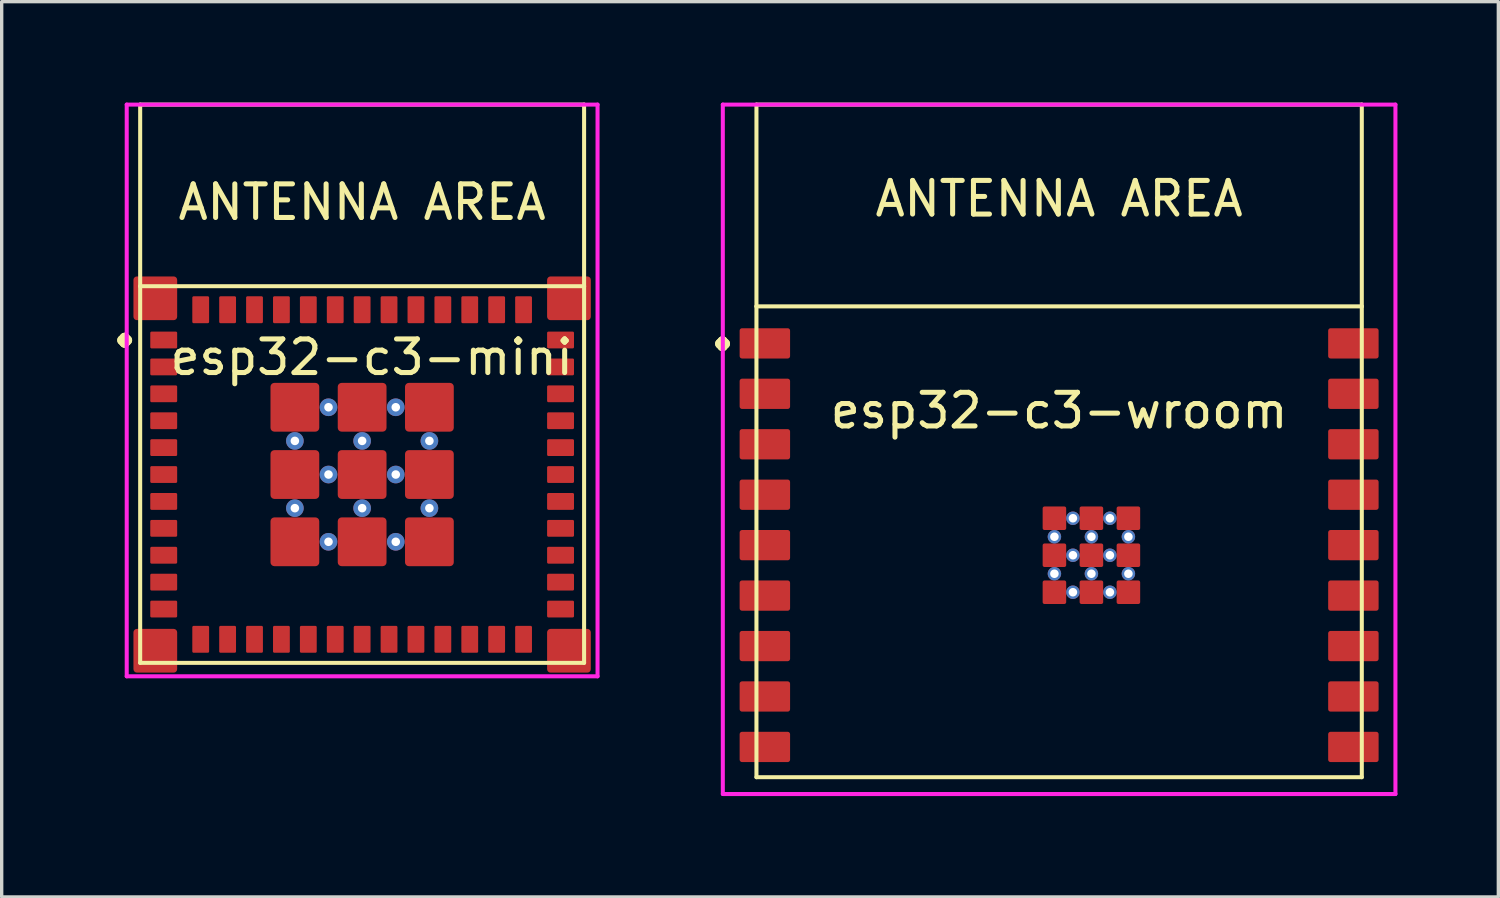
<source format=kicad_pcb>
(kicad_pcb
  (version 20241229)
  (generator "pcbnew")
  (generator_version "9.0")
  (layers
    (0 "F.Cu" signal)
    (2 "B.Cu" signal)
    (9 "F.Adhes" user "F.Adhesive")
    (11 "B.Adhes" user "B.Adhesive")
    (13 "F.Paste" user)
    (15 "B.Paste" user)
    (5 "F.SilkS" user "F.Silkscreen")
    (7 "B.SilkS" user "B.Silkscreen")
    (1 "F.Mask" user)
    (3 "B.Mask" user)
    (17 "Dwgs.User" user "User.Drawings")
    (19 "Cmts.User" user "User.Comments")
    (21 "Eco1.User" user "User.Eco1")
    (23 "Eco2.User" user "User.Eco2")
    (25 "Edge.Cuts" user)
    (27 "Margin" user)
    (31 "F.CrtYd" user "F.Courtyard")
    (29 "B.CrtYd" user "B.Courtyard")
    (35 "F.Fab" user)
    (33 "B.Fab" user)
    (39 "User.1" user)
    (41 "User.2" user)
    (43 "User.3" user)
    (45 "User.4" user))
  (footprint "esp32-c3-wroom"
    (layer "F.Cu")
    (at 28.443 13.16)
    (property "Reference" "esp32-c3-wroom" (at 0 -4 0) (layer "F.SilkS") (effects (font (size 1 1) (thickness 0.15))))
    (attr through_hole)
    (fp_line (start -9 -13.1) (end -9 -7.1) (stroke (width 0.12) (type solid)) (layer "F.SilkS"))
    (fp_line (start -9 -7.1) (end -9 6.9) (stroke (width 0.12) (type solid)) (layer "F.SilkS"))
    (fp_line (start -9 -7.1) (end 9 -7.1) (stroke (width 0.12) (type solid)) (layer "F.SilkS"))
    (fp_line (start -9 6.9) (end 9 6.9) (stroke (width 0.12) (type solid)) (layer "F.SilkS"))
    (fp_line (start 9 -13.1) (end -9 -13.1) (stroke (width 0.12) (type solid)) (layer "F.SilkS"))
    (fp_line (start 9 -7.1) (end 9 -13.1) (stroke (width 0.12) (type solid)) (layer "F.SilkS"))
    (fp_line (start 9 6.9) (end 9 -7.1) (stroke (width 0.12) (type solid)) (layer "F.SilkS"))
    (fp_line (start -10 -13.1) (end 10 -13.1) (stroke (width 0.12) (type solid)) (layer "F.CrtYd"))
    (fp_line (start -10 7.4) (end -10 -13.1) (stroke (width 0.12) (type solid)) (layer "F.CrtYd"))
    (fp_line (start 10 -13.1) (end 10 7.4) (stroke (width 0.12) (type solid)) (layer "F.CrtYd"))
    (fp_line (start 10 7.4) (end -10 7.4) (stroke (width 0.12) (type solid)) (layer "F.CrtYd"))
    (fp_text user "ANTENNA AREA" (at 0 -10.3 0) (layer "F.SilkS") (effects (font (size 1 1) (thickness 0.15))))
    (fp_text user "." (at -10.008 -6.596 0) (layer "F.SilkS") (effects (font (size 1.5 1.5) (thickness 0.3))))
    (pad "1" smd roundrect (at -8.75 -6) (size 1.5 0.9) (layers "F.Cu" "F.Mask" "F.Paste") (roundrect_rratio 0.079))
    (pad "2" smd roundrect (at -8.75 -4.5) (size 1.5 0.9) (layers "F.Cu" "F.Mask" "F.Paste") (roundrect_rratio 0.079))
    (pad "3" smd roundrect (at -8.75 -3) (size 1.5 0.9) (layers "F.Cu" "F.Mask" "F.Paste") (roundrect_rratio 0.079))
    (pad "4" smd roundrect (at -8.75 -1.5) (size 1.5 0.9) (layers "F.Cu" "F.Mask" "F.Paste") (roundrect_rratio 0.079))
    (pad "5" smd roundrect (at -8.75 0) (size 1.5 0.9) (layers "F.Cu" "F.Mask" "F.Paste") (roundrect_rratio 0.079))
    (pad "6" smd roundrect (at -8.75 1.5) (size 1.5 0.9) (layers "F.Cu" "F.Mask" "F.Paste") (roundrect_rratio 0.079))
    (pad "7" smd roundrect (at -8.75 3) (size 1.5 0.9) (layers "F.Cu" "F.Mask" "F.Paste") (roundrect_rratio 0.079))
    (pad "8" smd roundrect (at -8.75 4.5) (size 1.5 0.9) (layers "F.Cu" "F.Mask" "F.Paste") (roundrect_rratio 0.079))
    (pad "9" smd roundrect (at -8.75 6) (size 1.5 0.9) (layers "F.Cu" "F.Mask" "F.Paste") (roundrect_rratio 0.079))
    (pad "9" smd roundrect (at -0.14 -0.8) (size 0.7 0.7) (layers "F.Cu" "F.Mask" "F.Paste") (roundrect_rratio 0.079))
    (pad "9" thru_hole circle (at -0.14 -0.25) (size 0.4 0.4) (drill 0.254) (layers "*.Cu" "*.Mask"))
    (pad "9" smd roundrect (at -0.14 0.3) (size 0.7 0.7) (layers "F.Cu" "F.Mask" "F.Paste") (roundrect_rratio 0.079))
    (pad "9" thru_hole circle (at -0.14 0.85) (size 0.4 0.4) (drill 0.254) (layers "*.Cu" "*.Mask"))
    (pad "9" smd roundrect (at -0.14 1.4) (size 0.7 0.7) (layers "F.Cu" "F.Mask" "F.Paste") (roundrect_rratio 0.079))
    (pad "9" thru_hole circle (at 0.41 -0.8) (size 0.4 0.4) (drill 0.254) (layers "*.Cu" "*.Mask"))
    (pad "9" thru_hole circle (at 0.41 0.3) (size 0.4 0.4) (drill 0.254) (layers "*.Cu" "*.Mask"))
    (pad "9" thru_hole circle (at 0.41 1.4) (size 0.4 0.4) (drill 0.254) (layers "*.Cu" "*.Mask"))
    (pad "9" smd roundrect (at 0.96 -0.8) (size 0.7 0.7) (layers "F.Cu" "F.Mask" "F.Paste") (roundrect_rratio 0.079))
    (pad "9" thru_hole circle (at 0.96 -0.25) (size 0.4 0.4) (drill 0.254) (layers "*.Cu" "*.Mask"))
    (pad "9" smd roundrect (at 0.96 0.3) (size 0.7 0.7) (layers "F.Cu" "F.Mask" "F.Paste") (roundrect_rratio 0.079))
    (pad "9" thru_hole circle (at 0.96 0.85) (size 0.4 0.4) (drill 0.254) (layers "*.Cu" "*.Mask"))
    (pad "9" smd roundrect (at 0.96 1.4) (size 0.7 0.7) (layers "F.Cu" "F.Mask" "F.Paste") (roundrect_rratio 0.079))
    (pad "9" thru_hole circle (at 1.51 -0.8) (size 0.4 0.4) (drill 0.254) (layers "*.Cu" "*.Mask"))
    (pad "9" thru_hole circle (at 1.51 0.3) (size 0.4 0.4) (drill 0.254) (layers "*.Cu" "*.Mask"))
    (pad "9" thru_hole circle (at 1.51 1.4) (size 0.4 0.4) (drill 0.254) (layers "*.Cu" "*.Mask"))
    (pad "9" smd roundrect (at 2.06 -0.8) (size 0.7 0.7) (layers "F.Cu" "F.Mask" "F.Paste") (roundrect_rratio 0.079))
    (pad "9" thru_hole circle (at 2.06 -0.25) (size 0.4 0.4) (drill 0.254) (layers "*.Cu" "*.Mask"))
    (pad "9" smd roundrect (at 2.06 0.3) (size 0.7 0.7) (layers "F.Cu" "F.Mask" "F.Paste") (roundrect_rratio 0.079))
    (pad "9" thru_hole circle (at 2.06 0.85) (size 0.4 0.4) (drill 0.254) (layers "*.Cu" "*.Mask"))
    (pad "9" smd roundrect (at 2.06 1.4) (size 0.7 0.7) (layers "F.Cu" "F.Mask" "F.Paste") (roundrect_rratio 0.079))
    (pad "10" smd roundrect (at 8.75 6) (size 1.5 0.9) (layers "F.Cu" "F.Mask" "F.Paste") (roundrect_rratio 0.079))
    (pad "11" smd roundrect (at 8.75 4.5) (size 1.5 0.9) (layers "F.Cu" "F.Mask" "F.Paste") (roundrect_rratio 0.079))
    (pad "12" smd roundrect (at 8.75 3) (size 1.5 0.9) (layers "F.Cu" "F.Mask" "F.Paste") (roundrect_rratio 0.079))
    (pad "13" smd roundrect (at 8.75 1.5) (size 1.5 0.9) (layers "F.Cu" "F.Mask" "F.Paste") (roundrect_rratio 0.079))
    (pad "14" smd roundrect (at 8.75 0) (size 1.5 0.9) (layers "F.Cu" "F.Mask" "F.Paste") (roundrect_rratio 0.079))
    (pad "15" smd roundrect (at 8.75 -1.5) (size 1.5 0.9) (layers "F.Cu" "F.Mask" "F.Paste") (roundrect_rratio 0.079))
    (pad "16" smd roundrect (at 8.75 -3) (size 1.5 0.9) (layers "F.Cu" "F.Mask" "F.Paste") (roundrect_rratio 0.079))
    (pad "17" smd roundrect (at 8.75 -4.5) (size 1.5 0.9) (layers "F.Cu" "F.Mask" "F.Paste") (roundrect_rratio 0.079))
    (pad "18" smd roundrect (at 8.75 -6) (size 1.5 0.9) (layers "F.Cu" "F.Mask" "F.Paste") (roundrect_rratio 0.079)))
  (footprint "esp32-c3-mini"
    (layer "F.Cu")
    (at 7.718 11.06)
    (property "Reference" "esp32-c3-mini" (at 0.284 -3.487 0) (layer "F.SilkS") (effects (font (size 1 1) (thickness 0.15))))
    (attr through_hole)
    (fp_line (start -6.6 -11) (end -6.6 -5.6) (stroke (width 0.12) (type solid)) (layer "F.SilkS"))
    (fp_line (start -6.6 -5.6) (end -6.6 5.6) (stroke (width 0.12) (type solid)) (layer "F.SilkS"))
    (fp_line (start -6.6 -5.6) (end 6.6 -5.6) (stroke (width 0.12) (type solid)) (layer "F.SilkS"))
    (fp_line (start -6.6 5.6) (end 6.6 5.6) (stroke (width 0.12) (type solid)) (layer "F.SilkS"))
    (fp_line (start 6.6 -11) (end -6.6 -11) (stroke (width 0.12) (type solid)) (layer "F.SilkS"))
    (fp_line (start 6.6 -5.6) (end 6.6 -11) (stroke (width 0.12) (type solid)) (layer "F.SilkS"))
    (fp_line (start 6.6 5.6) (end 6.6 -5.6) (stroke (width 0.12) (type solid)) (layer "F.SilkS"))
    (fp_line (start -7 -11) (end 7 -11) (stroke (width 0.12) (type solid)) (layer "F.CrtYd"))
    (fp_line (start -7 6) (end -7 -11) (stroke (width 0.12) (type solid)) (layer "F.CrtYd"))
    (fp_line (start 7 -11) (end 7 6) (stroke (width 0.12) (type solid)) (layer "F.CrtYd"))
    (fp_line (start 7 6) (end -7 6) (stroke (width 0.12) (type solid)) (layer "F.CrtYd"))
    (fp_text user "." (at -7.061 -4.6 0) (layer "F.SilkS") (effects (font (size 1.5 1.5) (thickness 0.3))))
    (fp_text user "ANTENNA AREA" (at 0 -8.098 0) (layer "F.SilkS") (effects (font (size 1 1) (thickness 0.15))))
    (pad "" smd roundrect (at -5.9 -1.6) (size 0.8 0.5) (layers "F.Cu" "F.Mask" "F.Paste") (roundrect_rratio 0.079))
    (pad "" smd roundrect (at -5.9 0.8) (size 0.8 0.5) (layers "F.Cu" "F.Mask" "F.Paste") (roundrect_rratio 0.079))
    (pad "" smd roundrect (at -5.9 2.4) (size 0.8 0.5) (layers "F.Cu" "F.Mask" "F.Paste") (roundrect_rratio 0.079))
    (pad "" smd roundrect (at -5.9 3.2) (size 0.8 0.5) (layers "F.Cu" "F.Mask" "F.Paste") (roundrect_rratio 0.079))
    (pad "" smd roundrect (at -2.4 4.9 90) (size 0.8 0.5) (layers "F.Cu" "F.Mask" "F.Paste") (roundrect_rratio 0.079))
    (pad "" smd roundrect (at -0.8 4.9 90) (size 0.8 0.5) (layers "F.Cu" "F.Mask" "F.Paste") (roundrect_rratio 0.079))
    (pad "" smd roundrect (at 4.8 4.9 90) (size 0.8 0.5) (layers "F.Cu" "F.Mask" "F.Paste") (roundrect_rratio 0.079))
    (pad "" smd roundrect (at 5.9 -4) (size 0.8 0.5) (layers "F.Cu" "F.Mask" "F.Paste") (roundrect_rratio 0.079))
    (pad "" smd roundrect (at 5.9 -3.2) (size 0.8 0.5) (layers "F.Cu" "F.Mask" "F.Paste") (roundrect_rratio 0.079))
    (pad "" smd roundrect (at 5.9 -2.4) (size 0.8 0.5) (layers "F.Cu" "F.Mask" "F.Paste") (roundrect_rratio 0.079))
    (pad "" smd roundrect (at 5.9 -1.6) (size 0.8 0.5) (layers "F.Cu" "F.Mask" "F.Paste") (roundrect_rratio 0.079))
    (pad "" smd roundrect (at 5.9 0.8) (size 0.8 0.5) (layers "F.Cu" "F.Mask" "F.Paste") (roundrect_rratio 0.079))
    (pad "" smd roundrect (at 5.9 1.6) (size 0.8 0.5) (layers "F.Cu" "F.Mask" "F.Paste") (roundrect_rratio 0.079))
    (pad "" smd roundrect (at 5.9 4) (size 0.8 0.5) (layers "F.Cu" "F.Mask" "F.Paste") (roundrect_rratio 0.079))
    (pad "4" smd roundrect (at -4.8 4.9 90) (size 0.8 0.5) (layers "F.Cu" "F.Mask" "F.Paste") (roundrect_rratio 0.079))
    (pad "5" smd roundrect (at -4 4.9 90) (size 0.8 0.5) (layers "F.Cu" "F.Mask" "F.Paste") (roundrect_rratio 0.079))
    (pad "6" smd roundrect (at -5.9 -0.8) (size 0.8 0.5) (layers "F.Cu" "F.Mask" "F.Paste") (roundrect_rratio 0.079))
    (pad "7" smd roundrect (at -5.9 1.6) (size 0.8 0.5) (layers "F.Cu" "F.Mask" "F.Paste") (roundrect_rratio 0.079))
    (pad "8" smd roundrect (at -5.9 0) (size 0.8 0.5) (layers "F.Cu" "F.Mask" "F.Paste") (roundrect_rratio 0.079))
    (pad "9" smd roundrect (at 0 4.9 90) (size 0.8 0.5) (layers "F.Cu" "F.Mask" "F.Paste") (roundrect_rratio 0.079))
    (pad "10" smd roundrect (at 0.8 4.9 90) (size 0.8 0.5) (layers "F.Cu" "F.Mask" "F.Paste") (roundrect_rratio 0.079))
    (pad "12" smd roundrect (at 1.6 4.9 90) (size 0.8 0.5) (layers "F.Cu" "F.Mask" "F.Paste") (roundrect_rratio 0.079))
    (pad "13" smd roundrect (at 2.4 4.9 90) (size 0.8 0.5) (layers "F.Cu" "F.Mask" "F.Paste") (roundrect_rratio 0.079))
    (pad "14" smd roundrect (at 3.2 4.9 90) (size 0.8 0.5) (layers "F.Cu" "F.Mask" "F.Paste") (roundrect_rratio 0.079))
    (pad "15" smd roundrect (at 4 4.9 90) (size 0.8 0.5) (layers "F.Cu" "F.Mask" "F.Paste") (roundrect_rratio 0.079))
    (pad "16" smd roundrect (at -1.6 4.9 90) (size 0.8 0.5) (layers "F.Cu" "F.Mask" "F.Paste") (roundrect_rratio 0.079))
    (pad "25" smd roundrect (at 5.9 3.2) (size 0.8 0.5) (layers "F.Cu" "F.Mask" "F.Paste") (roundrect_rratio 0.079))
    (pad "26" smd roundrect (at 5.9 2.4) (size 0.8 0.5) (layers "F.Cu" "F.Mask" "F.Paste") (roundrect_rratio 0.079))
    (pad "27" smd roundrect (at 5.9 0) (size 0.8 0.5) (layers "F.Cu" "F.Mask" "F.Paste") (roundrect_rratio 0.079))
    (pad "28" smd roundrect (at 5.9 -0.8) (size 0.8 0.5) (layers "F.Cu" "F.Mask" "F.Paste") (roundrect_rratio 0.079))
    (pad "31" smd roundrect (at -5.9 -2.4) (size 0.8 0.5) (layers "F.Cu" "F.Mask" "F.Paste") (roundrect_rratio 0.079))
    (pad "33" smd roundrect (at -6.15 -5.24) (size 1.3 1.3) (layers "F.Cu" "F.Mask" "F.Paste") (roundrect_rratio 0.079))
    (pad "33" smd roundrect (at -6.15 5.24) (size 1.3 1.3) (layers "F.Cu" "F.Mask" "F.Paste") (roundrect_rratio 0.079))
    (pad "33" smd roundrect (at -5.9 -4) (size 0.8 0.5) (layers "F.Cu" "F.Mask" "F.Paste") (roundrect_rratio 0.079))
    (pad "33" smd roundrect (at -5.9 -3.2) (size 0.8 0.5) (layers "F.Cu" "F.Mask" "F.Paste") (roundrect_rratio 0.079))
    (pad "33" smd roundrect (at -5.9 4) (size 0.8 0.5) (layers "F.Cu" "F.Mask" "F.Paste") (roundrect_rratio 0.079))
    (pad "33" smd roundrect (at -4.8 -4.9 90) (size 0.8 0.5) (layers "F.Cu" "F.Mask" "F.Paste") (roundrect_rratio 0.079))
    (pad "33" smd roundrect (at -4 -4.9 90) (size 0.8 0.5) (layers "F.Cu" "F.Mask" "F.Paste") (roundrect_rratio 0.079))
    (pad "33" smd roundrect (at -3.2 -4.9 90) (size 0.8 0.5) (layers "F.Cu" "F.Mask" "F.Paste") (roundrect_rratio 0.079))
    (pad "33" smd roundrect (at -3.2 4.9 90) (size 0.8 0.5) (layers "F.Cu" "F.Mask" "F.Paste") (roundrect_rratio 0.079))
    (pad "33" smd roundrect (at -2.4 -4.9 90) (size 0.8 0.5) (layers "F.Cu" "F.Mask" "F.Paste") (roundrect_rratio 0.079))
    (pad "33" smd roundrect (at -2 -2 180) (size 1.45 1.45) (layers "F.Cu" "F.Mask" "F.Paste") (roundrect_rratio 0.079))
    (pad "33" thru_hole circle (at -2 -1 180) (size 0.525 0.525) (drill 0.254) (layers "*.Cu" "*.Mask"))
    (pad "33" smd roundrect (at -2 0 180) (size 1.45 1.45) (layers "F.Cu" "F.Mask" "F.Paste") (roundrect_rratio 0.079))
    (pad "33" thru_hole circle (at -2 1 180) (size 0.525 0.525) (drill 0.254) (layers "*.Cu" "*.Mask"))
    (pad "33" smd roundrect (at -2 2 180) (size 1.45 1.45) (layers "F.Cu" "F.Mask" "F.Paste") (roundrect_rratio 0.079))
    (pad "33" smd roundrect (at -1.6 -4.9 90) (size 0.8 0.5) (layers "F.Cu" "F.Mask" "F.Paste") (roundrect_rratio 0.079))
    (pad "33" thru_hole circle (at -1 -2 180) (size 0.525 0.525) (drill 0.254) (layers "*.Cu" "*.Mask"))
    (pad "33" thru_hole circle (at -1 0 180) (size 0.525 0.525) (drill 0.254) (layers "*.Cu" "*.Mask"))
    (pad "33" thru_hole circle (at -1 2 180) (size 0.525 0.525) (drill 0.254) (layers "*.Cu" "*.Mask"))
    (pad "33" smd roundrect (at -0.8 -4.9 90) (size 0.8 0.5) (layers "F.Cu" "F.Mask" "F.Paste") (roundrect_rratio 0.079))
    (pad "33" smd roundrect (at 0 -4.9 90) (size 0.8 0.5) (layers "F.Cu" "F.Mask" "F.Paste") (roundrect_rratio 0.079))
    (pad "33" smd roundrect (at 0 -2 180) (size 1.45 1.45) (layers "F.Cu" "F.Mask" "F.Paste") (roundrect_rratio 0.079))
    (pad "33" thru_hole circle (at 0 -1 180) (size 0.525 0.525) (drill 0.254) (layers "*.Cu" "*.Mask"))
    (pad "33" smd roundrect (at 0 0 180) (size 1.45 1.45) (layers "F.Cu" "F.Mask" "F.Paste") (roundrect_rratio 0.079))
    (pad "33" thru_hole circle (at 0 1 180) (size 0.525 0.525) (drill 0.254) (layers "*.Cu" "*.Mask"))
    (pad "33" smd roundrect (at 0 2 180) (size 1.45 1.45) (layers "F.Cu" "F.Mask" "F.Paste") (roundrect_rratio 0.079))
    (pad "33" smd roundrect (at 0.8 -4.9 90) (size 0.8 0.5) (layers "F.Cu" "F.Mask" "F.Paste") (roundrect_rratio 0.079))
    (pad "33" thru_hole circle (at 1 -2 180) (size 0.525 0.525) (drill 0.254) (layers "*.Cu" "*.Mask"))
    (pad "33" thru_hole circle (at 1 0 180) (size 0.525 0.525) (drill 0.254) (layers "*.Cu" "*.Mask"))
    (pad "33" thru_hole circle (at 1 2 180) (size 0.525 0.525) (drill 0.254) (layers "*.Cu" "*.Mask"))
    (pad "33" smd roundrect (at 1.6 -4.9 90) (size 0.8 0.5) (layers "F.Cu" "F.Mask" "F.Paste") (roundrect_rratio 0.079))
    (pad "33" smd roundrect (at 2 -2 180) (size 1.45 1.45) (layers "F.Cu" "F.Mask" "F.Paste") (roundrect_rratio 0.079))
    (pad "33" thru_hole circle (at 2 -1 180) (size 0.525 0.525) (drill 0.254) (layers "*.Cu" "*.Mask"))
    (pad "33" smd roundrect (at 2 0 180) (size 1.45 1.45) (layers "F.Cu" "F.Mask" "F.Paste") (roundrect_rratio 0.079))
    (pad "33" thru_hole circle (at 2 1 180) (size 0.525 0.525) (drill 0.254) (layers "*.Cu" "*.Mask"))
    (pad "33" smd roundrect (at 2 2 180) (size 1.45 1.45) (layers "F.Cu" "F.Mask" "F.Paste") (roundrect_rratio 0.079))
    (pad "33" smd roundrect (at 2.4 -4.9 90) (size 0.8 0.5) (layers "F.Cu" "F.Mask" "F.Paste") (roundrect_rratio 0.079))
    (pad "33" smd roundrect (at 3.2 -4.9 90) (size 0.8 0.5) (layers "F.Cu" "F.Mask" "F.Paste") (roundrect_rratio 0.079))
    (pad "33" smd roundrect (at 4 -4.9 90) (size 0.8 0.5) (layers "F.Cu" "F.Mask" "F.Paste") (roundrect_rratio 0.079))
    (pad "33" smd roundrect (at 4.8 -4.9 90) (size 0.8 0.5) (layers "F.Cu" "F.Mask" "F.Paste") (roundrect_rratio 0.079))
    (pad "33" smd roundrect (at 6.15 -5.24) (size 1.3 1.3) (layers "F.Cu" "F.Mask" "F.Paste") (roundrect_rratio 0.079))
    (pad "33" smd roundrect (at 6.15 5.24) (size 1.3 1.3) (layers "F.Cu" "F.Mask" "F.Paste") (roundrect_rratio 0.079)))
  (gr_rect
    (start -3 -3)
    (end 41.503 23.62)
    (stroke (width 0.1) (type default))
    (fill no)
    (layer "Edge.Cuts")))
</source>
